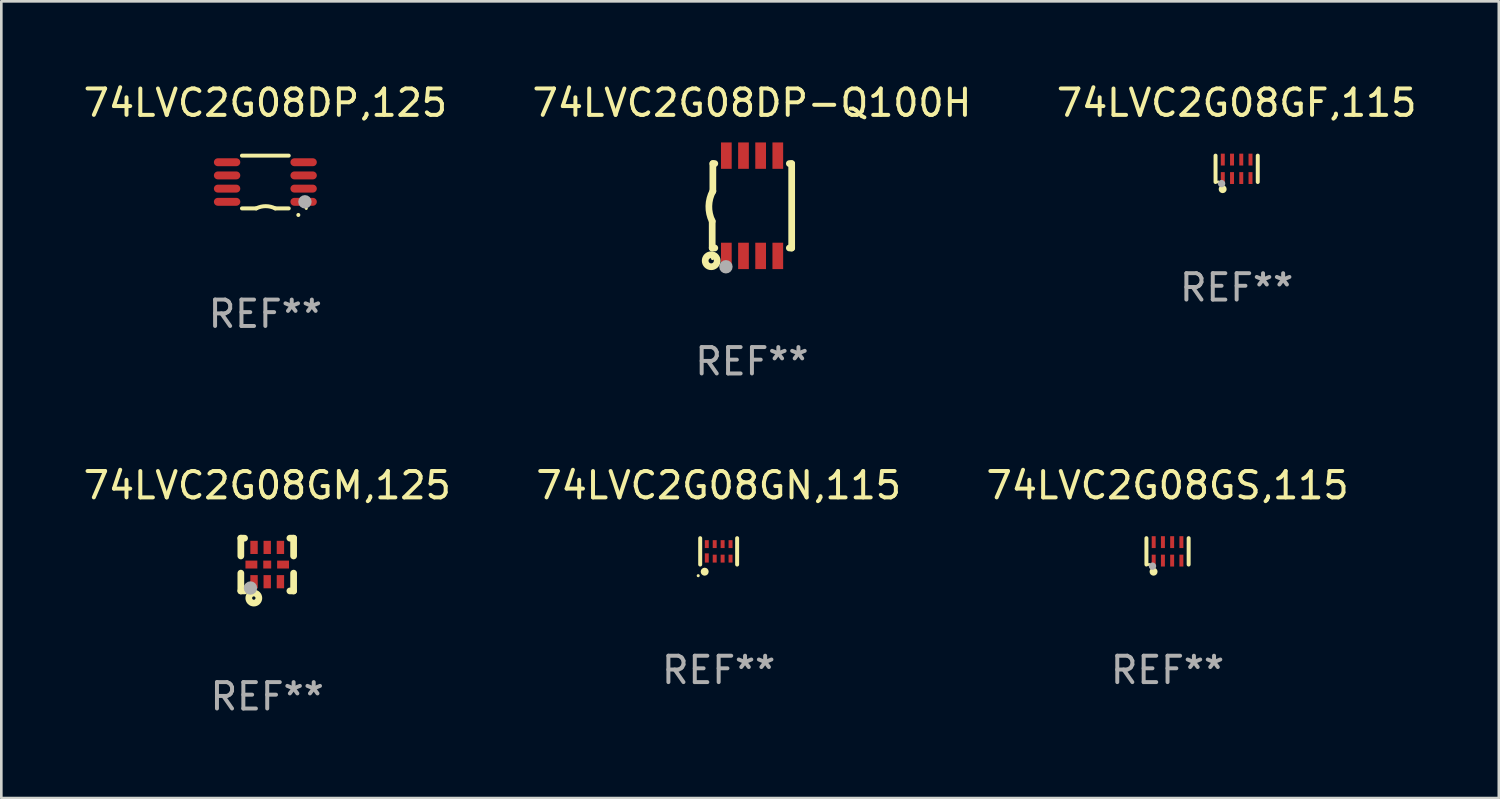
<source format=kicad_pcb>
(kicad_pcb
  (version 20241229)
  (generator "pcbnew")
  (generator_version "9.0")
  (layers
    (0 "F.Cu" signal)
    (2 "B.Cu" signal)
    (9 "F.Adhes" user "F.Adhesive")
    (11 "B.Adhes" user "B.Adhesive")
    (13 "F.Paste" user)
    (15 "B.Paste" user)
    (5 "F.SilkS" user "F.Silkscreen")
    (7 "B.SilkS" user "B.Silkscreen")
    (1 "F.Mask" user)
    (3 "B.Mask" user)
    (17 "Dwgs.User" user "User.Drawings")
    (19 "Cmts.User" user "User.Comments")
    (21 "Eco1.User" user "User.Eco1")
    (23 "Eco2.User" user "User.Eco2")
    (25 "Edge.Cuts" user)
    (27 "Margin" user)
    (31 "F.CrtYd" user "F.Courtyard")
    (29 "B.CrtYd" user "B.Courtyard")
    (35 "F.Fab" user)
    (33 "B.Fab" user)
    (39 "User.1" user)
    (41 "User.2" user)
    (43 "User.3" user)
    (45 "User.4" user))
  (footprint "74LVC2G08GF,115"
    (layer "F.Cu")
    (at 43.815 3.348)
    (property "Reference" "74LVC2G08GF,115" (at 0 -2.5 0) (layer "F.SilkS") (effects (font (size 1 1) (thickness 0.15))))
    (attr through_hole)
    (fp_line (start -0.8 -0.5) (end -0.8 0.5) (stroke (width 0.15) (type solid)) (layer "F.SilkS"))
    (fp_line (start 0.8 -0.5) (end 0.8 0.5) (stroke (width 0.15) (type solid)) (layer "F.SilkS"))
    (fp_circle (center -0.7 0.5) (end -0.67 0.5) (stroke (width 0.06) (type solid)) (fill no) (layer "F.SilkS"))
    (fp_circle (center -0.53 0.77) (end -0.454 0.77) (stroke (width 0.15) (type solid)) (fill no) (layer "F.SilkS"))
    (fp_circle (center -0.57 0.56) (end -0.5 0.56) (stroke (width 0.14) (type solid)) (fill no) (layer "F.Fab"))
    (fp_text user "REF**" (at 0 4.5 0) (layer "F.Fab") (effects (font (size 1 1) (thickness 0.15))))
    (pad "1" smd rect (at -0.525 0.35) (size 0.15 0.45) (layers "F.Cu" "F.Mask" "F.Paste"))
    (pad "2" smd rect (at -0.175 0.35) (size 0.15 0.45) (layers "F.Cu" "F.Mask" "F.Paste"))
    (pad "3" smd rect (at 0.175 0.35) (size 0.15 0.45) (layers "F.Cu" "F.Mask" "F.Paste"))
    (pad "4" smd rect (at 0.525 0.35) (size 0.15 0.45) (layers "F.Cu" "F.Mask" "F.Paste"))
    (pad "5" smd rect (at 0.525 -0.35) (size 0.15 0.45) (layers "F.Cu" "F.Mask" "F.Paste"))
    (pad "6" smd rect (at 0.175 -0.35) (size 0.15 0.45) (layers "F.Cu" "F.Mask" "F.Paste"))
    (pad "7" smd rect (at -0.175 -0.35) (size 0.15 0.45) (layers "F.Cu" "F.Mask" "F.Paste"))
    (pad "8" smd rect (at -0.525 -0.35) (size 0.15 0.45) (layers "F.Cu" "F.Mask" "F.Paste")))
  (footprint "74LVC2G08DP,125"
    (layer "F.Cu")
    (at 7.006 3.848)
    (property "Reference" "74LVC2G08DP,125" (at 0 -3 0) (layer "F.SilkS") (effects (font (size 1 1) (thickness 0.15))))
    (attr through_hole)
    (fp_line (start -0.887 -1) (end 0.887 -1) (stroke (width 0.15) (type solid)) (layer "F.SilkS"))
    (fp_line (start -0.887 1) (end -0.346 1) (stroke (width 0.15) (type solid)) (layer "F.SilkS"))
    (fp_line (start 0.887 1) (end 0.375 1) (stroke (width 0.15) (type solid)) (layer "F.SilkS"))
    (fp_arc (start -0.346431 1) (mid 0.014835 0.915241) (end 0.375921 1.000762) (stroke (width 0.150013) (type solid)) (layer "F.SilkS"))
    (fp_arc (start 1.250013 1.250013) (mid 1.250006 1.248743) (end 1.250013 1.247473) (stroke (width 0.150013) (type solid)) (layer "F.SilkS"))
    (fp_circle (center 1.55 1) (end 1.58 1) (stroke (width 0.06) (type solid)) (fill no) (layer "F.SilkS"))
    (fp_circle (center 1.5 0.75) (end 1.627 0.75) (stroke (width 0.254) (type solid)) (fill no) (layer "F.Fab"))
    (fp_text user "REF**" (at 0 5 0) (layer "F.Fab") (effects (font (size 1 1) (thickness 0.15))))
    (pad "1" smd oval (at 1.45 0.75) (size 1 0.3) (layers "F.Cu" "F.Mask" "F.Paste"))
    (pad "2" smd oval (at 1.45 0.25) (size 1 0.3) (layers "F.Cu" "F.Mask" "F.Paste"))
    (pad "3" smd oval (at 1.45 -0.25) (size 1 0.3) (layers "F.Cu" "F.Mask" "F.Paste"))
    (pad "4" smd oval (at 1.45 -0.75) (size 1 0.3) (layers "F.Cu" "F.Mask" "F.Paste"))
    (pad "5" smd oval (at -1.45 -0.75) (size 1 0.3) (layers "F.Cu" "F.Mask" "F.Paste"))
    (pad "6" smd oval (at -1.45 -0.25) (size 1 0.3) (layers "F.Cu" "F.Mask" "F.Paste"))
    (pad "7" smd oval (at -1.45 0.25) (size 1 0.3) (layers "F.Cu" "F.Mask" "F.Paste"))
    (pad "8" smd oval (at -1.45 0.75) (size 1 0.3) (layers "F.Cu" "F.Mask" "F.Paste")))
  (footprint "74LVC2G08GM,125"
    (layer "F.Cu")
    (at 7.077 18.345)
    (property "Reference" "74LVC2G08GM,125" (at 0 -3 0) (layer "F.SilkS") (effects (font (size 1 1) (thickness 0.15))))
    (attr through_hole)
    (fp_line (start -1 -1) (end -0.858 -1) (stroke (width 0.254) (type solid)) (layer "F.SilkS"))
    (fp_line (start -1 -0.325) (end -1 -1) (stroke (width 0.254) (type solid)) (layer "F.SilkS"))
    (fp_line (start -1 1) (end -1 0.325) (stroke (width 0.254) (type solid)) (layer "F.SilkS"))
    (fp_line (start -0.858 1) (end -1 1) (stroke (width 0.254) (type solid)) (layer "F.SilkS"))
    (fp_line (start 0.858 -1) (end 1 -1) (stroke (width 0.254) (type solid)) (layer "F.SilkS"))
    (fp_line (start 1 -1) (end 1 -0.325) (stroke (width 0.254) (type solid)) (layer "F.SilkS"))
    (fp_line (start 1 0.325) (end 1 1) (stroke (width 0.254) (type solid)) (layer "F.SilkS"))
    (fp_line (start 1 1) (end 0.858 1) (stroke (width 0.254) (type solid)) (layer "F.SilkS"))
    (fp_circle (center -0.8 0.8) (end -0.77 0.8) (stroke (width 0.06) (type solid)) (fill no) (layer "F.SilkS"))
    (fp_circle (center -0.508 1.27) (end -0.444 1.27) (stroke (width 0.254) (type solid)) (fill no) (layer "F.SilkS"))
    (fp_circle (center -0.635 0.889) (end -0.508 0.889) (stroke (width 0.254) (type solid)) (fill no) (layer "F.Fab"))
    (fp_text user "REF**" (at 0 5 0) (layer "F.Fab") (effects (font (size 1 1) (thickness 0.15))))
    (pad "1" smd rect (at -0.5 0.65 90) (size 0.5 0.28) (layers "F.Cu" "F.Mask" "F.Paste"))
    (pad "2" smd rect (at 0.000013 0.65 90) (size 0.5 0.28) (layers "F.Cu" "F.Mask" "F.Paste"))
    (pad "3" smd rect (at 0.5 0.65 90) (size 0.5 0.28) (layers "F.Cu" "F.Mask" "F.Paste"))
    (pad "4" smd rect (at 0.6 0.000076 180) (size 0.45 0.3) (layers "F.Cu" "F.Mask" "F.Paste"))
    (pad "5" smd rect (at 0.5 -0.65 90) (size 0.5 0.28) (layers "F.Cu" "F.Mask" "F.Paste"))
    (pad "6" smd rect (at 0.000013 -0.65 90) (size 0.5 0.28) (layers "F.Cu" "F.Mask" "F.Paste"))
    (pad "7" smd rect (at -0.5 -0.65 90) (size 0.5 0.28) (layers "F.Cu" "F.Mask" "F.Paste"))
    (pad "8" smd rect (at -0.6 0.000076 180) (size 0.45 0.3) (layers "F.Cu" "F.Mask" "F.Paste"))
    (pad "9" smd rect (at 0.000013 0.000076 180) (size 0.3 0.3) (layers "F.Cu" "F.Mask" "F.Paste")))
  (footprint "74LVC2G08GS,115"
    (layer "F.Cu")
    (at 41.196 17.845)
    (property "Reference" "74LVC2G08GS,115" (at 0 -2.5 0) (layer "F.SilkS") (effects (font (size 1 1) (thickness 0.15))))
    (attr through_hole)
    (fp_line (start -0.8 -0.5) (end -0.8 0.5) (stroke (width 0.15) (type solid)) (layer "F.SilkS"))
    (fp_line (start 0.8 -0.5) (end 0.8 0.5) (stroke (width 0.15) (type solid)) (layer "F.SilkS"))
    (fp_circle (center -0.7 0.5) (end -0.67 0.5) (stroke (width 0.06) (type solid)) (fill no) (layer "F.SilkS"))
    (fp_circle (center -0.53 0.77) (end -0.454 0.77) (stroke (width 0.15) (type solid)) (fill no) (layer "F.SilkS"))
    (fp_circle (center -0.57 0.56) (end -0.5 0.56) (stroke (width 0.14) (type solid)) (fill no) (layer "F.Fab"))
    (fp_text user "REF**" (at 0 4.5 0) (layer "F.Fab") (effects (font (size 1 1) (thickness 0.15))))
    (pad "1" smd rect (at -0.525 0.35) (size 0.15 0.45) (layers "F.Cu" "F.Mask" "F.Paste"))
    (pad "2" smd rect (at -0.175 0.35) (size 0.15 0.45) (layers "F.Cu" "F.Mask" "F.Paste"))
    (pad "3" smd rect (at 0.175 0.35) (size 0.15 0.45) (layers "F.Cu" "F.Mask" "F.Paste"))
    (pad "4" smd rect (at 0.525 0.35) (size 0.15 0.45) (layers "F.Cu" "F.Mask" "F.Paste"))
    (pad "5" smd rect (at 0.525 -0.35) (size 0.15 0.45) (layers "F.Cu" "F.Mask" "F.Paste"))
    (pad "6" smd rect (at 0.175 -0.35) (size 0.15 0.45) (layers "F.Cu" "F.Mask" "F.Paste"))
    (pad "7" smd rect (at -0.175 -0.35) (size 0.15 0.45) (layers "F.Cu" "F.Mask" "F.Paste"))
    (pad "8" smd rect (at -0.525 -0.35) (size 0.15 0.45) (layers "F.Cu" "F.Mask" "F.Paste")))
  (footprint "74LVC2G08DP-Q100H"
    (layer "F.Cu")
    (at 25.446 4.748)
    (property "Reference" "74LVC2G08DP-Q100H" (at 0 -3.9 0) (layer "F.SilkS") (effects (font (size 1 1) (thickness 0.15))))
    (attr through_hole)
    (fp_line (start -1.506 1.6) (end -1.506 0.584) (stroke (width 0.254) (type solid)) (layer "F.SilkS"))
    (fp_line (start -1.506 1.6) (end -1.407 1.6) (stroke (width 0.254) (type solid)) (layer "F.SilkS"))
    (fp_line (start -1.481 -1.599) (end -1.481 -0.549) (stroke (width 0.254) (type solid)) (layer "F.SilkS"))
    (fp_line (start -1.481 -1.599) (end -1.407 -1.599) (stroke (width 0.254) (type solid)) (layer "F.SilkS"))
    (fp_line (start 1.417 -1.599) (end 1.506 -1.599) (stroke (width 0.254) (type solid)) (layer "F.SilkS"))
    (fp_line (start 1.417 1.6) (end 1.506 1.6) (stroke (width 0.254) (type solid)) (layer "F.SilkS"))
    (fp_line (start 1.506 1.603) (end 1.506 -1.595) (stroke (width 0.254) (type solid)) (layer "F.SilkS"))
    (fp_arc (start -1.506223 0.584328) (mid -1.632455 0.00974) (end -1.480823 -0.558674) (stroke (width 0.254001) (type solid)) (layer "F.SilkS"))
    (fp_circle (center -1.544 2.083) (end -1.443 2.083) (stroke (width 0.254) (type solid)) (fill no) (layer "F.SilkS"))
    (fp_circle (center -1.495 2) (end -1.465 2) (stroke (width 0.06) (type solid)) (fill no) (layer "F.SilkS"))
    (fp_circle (center -0.986 2.312) (end -0.859 2.312) (stroke (width 0.254) (type solid)) (fill no) (layer "F.Fab"))
    (fp_text user "REF**" (at 0 5.9 0) (layer "F.Fab") (effects (font (size 1 1) (thickness 0.15))))
    (pad "1" smd rect (at -0.97 1.9 90) (size 1 0.406) (layers "F.Cu" "F.Mask" "F.Paste"))
    (pad "2" smd rect (at -0.32 1.9 90) (size 1 0.406) (layers "F.Cu" "F.Mask" "F.Paste"))
    (pad "3" smd rect (at 0.33 1.9 90) (size 1 0.406) (layers "F.Cu" "F.Mask" "F.Paste"))
    (pad "4" smd rect (at 0.98 1.9 90) (size 1 0.406) (layers "F.Cu" "F.Mask" "F.Paste"))
    (pad "5" smd rect (at 0.98 -1.9 90) (size 1 0.406) (layers "F.Cu" "F.Mask" "F.Paste"))
    (pad "6" smd rect (at 0.33 -1.9 90) (size 1 0.406) (layers "F.Cu" "F.Mask" "F.Paste"))
    (pad "7" smd rect (at -0.32 -1.9 90) (size 1 0.406) (layers "F.Cu" "F.Mask" "F.Paste"))
    (pad "8" smd rect (at -0.97 -1.9 90) (size 1 0.406) (layers "F.Cu" "F.Mask" "F.Paste")))
  (footprint "74LVC2G08GN,115"
    (layer "F.Cu")
    (at 24.185 17.845)
    (property "Reference" "74LVC2G08GN,115" (at 0 -2.5 0) (layer "F.SilkS") (effects (font (size 1 1) (thickness 0.15))))
    (attr through_hole)
    (fp_line (start -0.7 -0.5) (end -0.7 0.5) (stroke (width 0.15) (type solid)) (layer "F.SilkS"))
    (fp_line (start 0.7 -0.5) (end 0.7 0.5) (stroke (width 0.15) (type solid)) (layer "F.SilkS"))
    (fp_circle (center -0.775 0.922) (end -0.745 0.922) (stroke (width 0.06) (type solid)) (fill no) (layer "F.SilkS"))
    (fp_circle (center -0.53 0.77) (end -0.454 0.77) (stroke (width 0.15) (type solid)) (fill no) (layer "F.SilkS"))
    (fp_text user "REF**" (at 0 4.5 0) (layer "F.Fab") (effects (font (size 1 1) (thickness 0.15))))
    (pad "1" smd rect (at -0.45 0.25) (size 0.15 0.35) (layers "F.Cu" "F.Mask" "F.Paste"))
    (pad "2" smd rect (at -0.15 0.275) (size 0.15 0.3) (layers "F.Cu" "F.Mask" "F.Paste"))
    (pad "3" smd rect (at 0.15 0.275) (size 0.15 0.3) (layers "F.Cu" "F.Mask" "F.Paste"))
    (pad "4" smd rect (at 0.45 0.275) (size 0.15 0.3) (layers "F.Cu" "F.Mask" "F.Paste"))
    (pad "5" smd rect (at 0.45 -0.275) (size 0.15 0.3) (layers "F.Cu" "F.Mask" "F.Paste"))
    (pad "6" smd rect (at 0.15 -0.275) (size 0.15 0.3) (layers "F.Cu" "F.Mask" "F.Paste"))
    (pad "7" smd rect (at -0.15 -0.275) (size 0.15 0.3) (layers "F.Cu" "F.Mask" "F.Paste"))
    (pad "8" smd rect (at -0.45 -0.275) (size 0.15 0.3) (layers "F.Cu" "F.Mask" "F.Paste")))
  (gr_rect
    (start -3 -3)
    (end 53.75 27.193)
    (stroke (width 0.1) (type default))
    (fill no)
    (layer "Edge.Cuts")))
</source>
